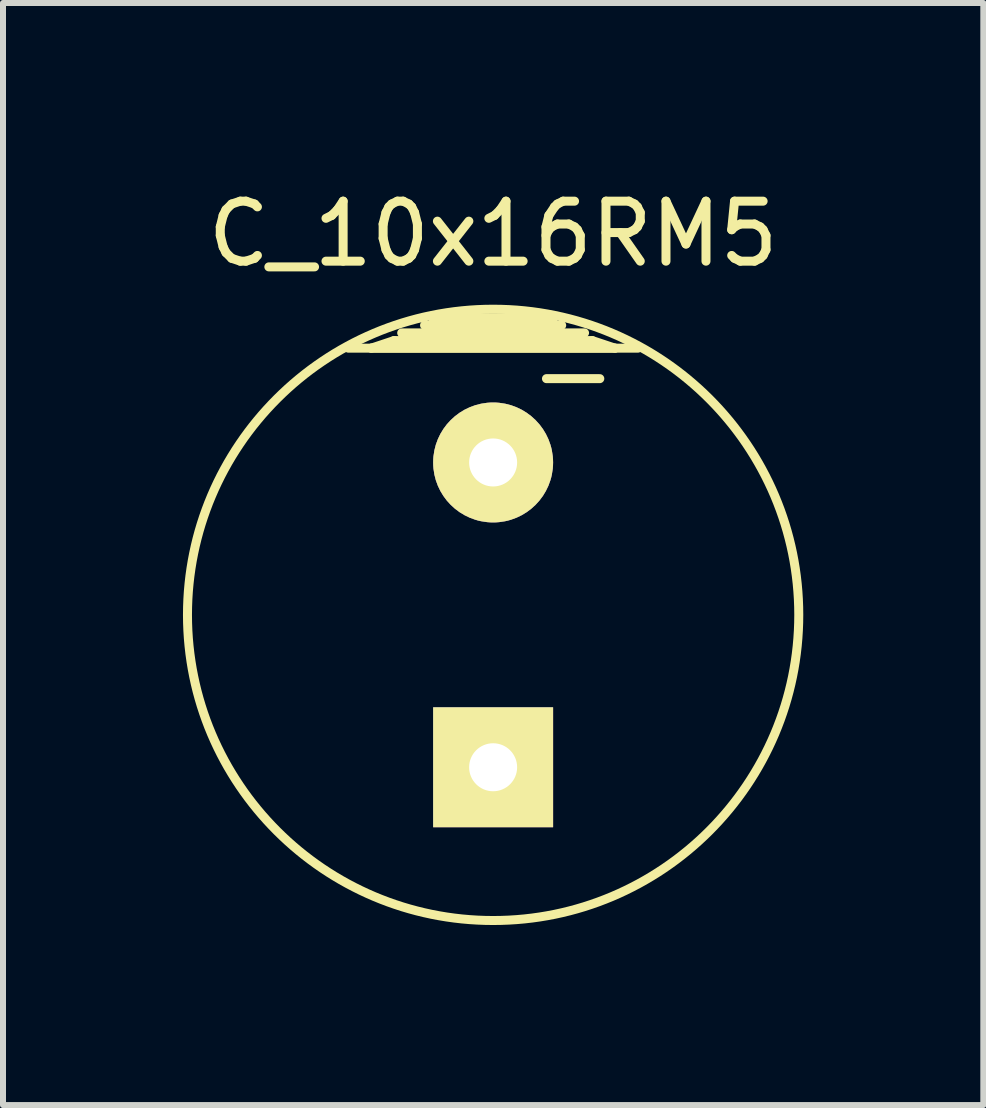
<source format=kicad_pcb>
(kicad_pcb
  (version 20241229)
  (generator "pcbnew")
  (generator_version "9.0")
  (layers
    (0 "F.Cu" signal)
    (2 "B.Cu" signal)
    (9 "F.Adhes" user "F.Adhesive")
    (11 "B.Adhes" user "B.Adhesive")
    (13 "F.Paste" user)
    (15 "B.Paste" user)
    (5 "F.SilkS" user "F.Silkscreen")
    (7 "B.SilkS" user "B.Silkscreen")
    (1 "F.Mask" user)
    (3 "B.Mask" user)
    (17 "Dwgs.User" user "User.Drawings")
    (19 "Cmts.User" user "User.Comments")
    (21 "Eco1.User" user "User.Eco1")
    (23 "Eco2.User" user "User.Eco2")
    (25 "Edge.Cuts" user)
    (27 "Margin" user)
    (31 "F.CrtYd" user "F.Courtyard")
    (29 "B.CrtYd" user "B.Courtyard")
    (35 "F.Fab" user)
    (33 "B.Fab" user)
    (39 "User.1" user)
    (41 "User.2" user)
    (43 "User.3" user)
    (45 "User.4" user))
  (footprint "C_10x16RM5"
    (layer "F.Cu")
    (at 5.169 7.198)
    (property "Reference" "C_10x16RM5" (at 0 -6.35 0) (layer "F.SilkS") (effects (font (size 1 1) (thickness 0.15))))
    (attr through_hole)
    (fp_line (start -2.413 -4.445) (end 2.413 -4.445) (stroke (width 0.15) (type solid)) (layer "F.SilkS"))
    (fp_line (start -2.032 -4.445) (end -1.651 -4.572) (stroke (width 0.15) (type solid)) (layer "F.SilkS"))
    (fp_line (start -1.651 -4.572) (end 1.651 -4.572) (stroke (width 0.15) (type solid)) (layer "F.SilkS"))
    (fp_line (start -1.524 -4.699) (end 1.524 -4.699) (stroke (width 0.15) (type solid)) (layer "F.SilkS"))
    (fp_line (start -1.016 -4.826) (end 1.016 -4.826) (stroke (width 0.15) (type solid)) (layer "F.SilkS"))
    (fp_line (start 0.889 -3.937) (end 1.778 -3.937) (stroke (width 0.15) (type solid)) (layer "F.SilkS"))
    (fp_line (start 1.016 -4.953) (end -1.016 -4.953) (stroke (width 0.15) (type solid)) (layer "F.SilkS"))
    (fp_line (start 1.143 -4.826) (end -1.143 -4.826) (stroke (width 0.15) (type solid)) (layer "F.SilkS"))
    (fp_line (start 1.651 -4.572) (end 2.032 -4.445) (stroke (width 0.15) (type solid)) (layer "F.SilkS"))
    (fp_line (start 2.032 -4.445) (end -2.032 -4.445) (stroke (width 0.15) (type solid)) (layer "F.SilkS"))
    (fp_circle (center 0 0) (end 5.08 0.381) (stroke (width 0.15) (type solid)) (fill no) (layer "F.SilkS"))
    (pad "1" thru_hole rect (at 0 2.54) (size 1.999 1.999) (drill 0.8) (layers "*.Cu" "*.Mask" "F.SilkS"))
    (pad "2" thru_hole circle (at 0 -2.54) (size 1.999 1.999) (drill 0.8) (layers "*.Cu" "*.Mask" "F.SilkS")))
  (gr_rect
    (start -3 -3)
    (end 13.339 15.368)
    (stroke (width 0.1) (type default))
    (fill no)
    (layer "Edge.Cuts")))
</source>
